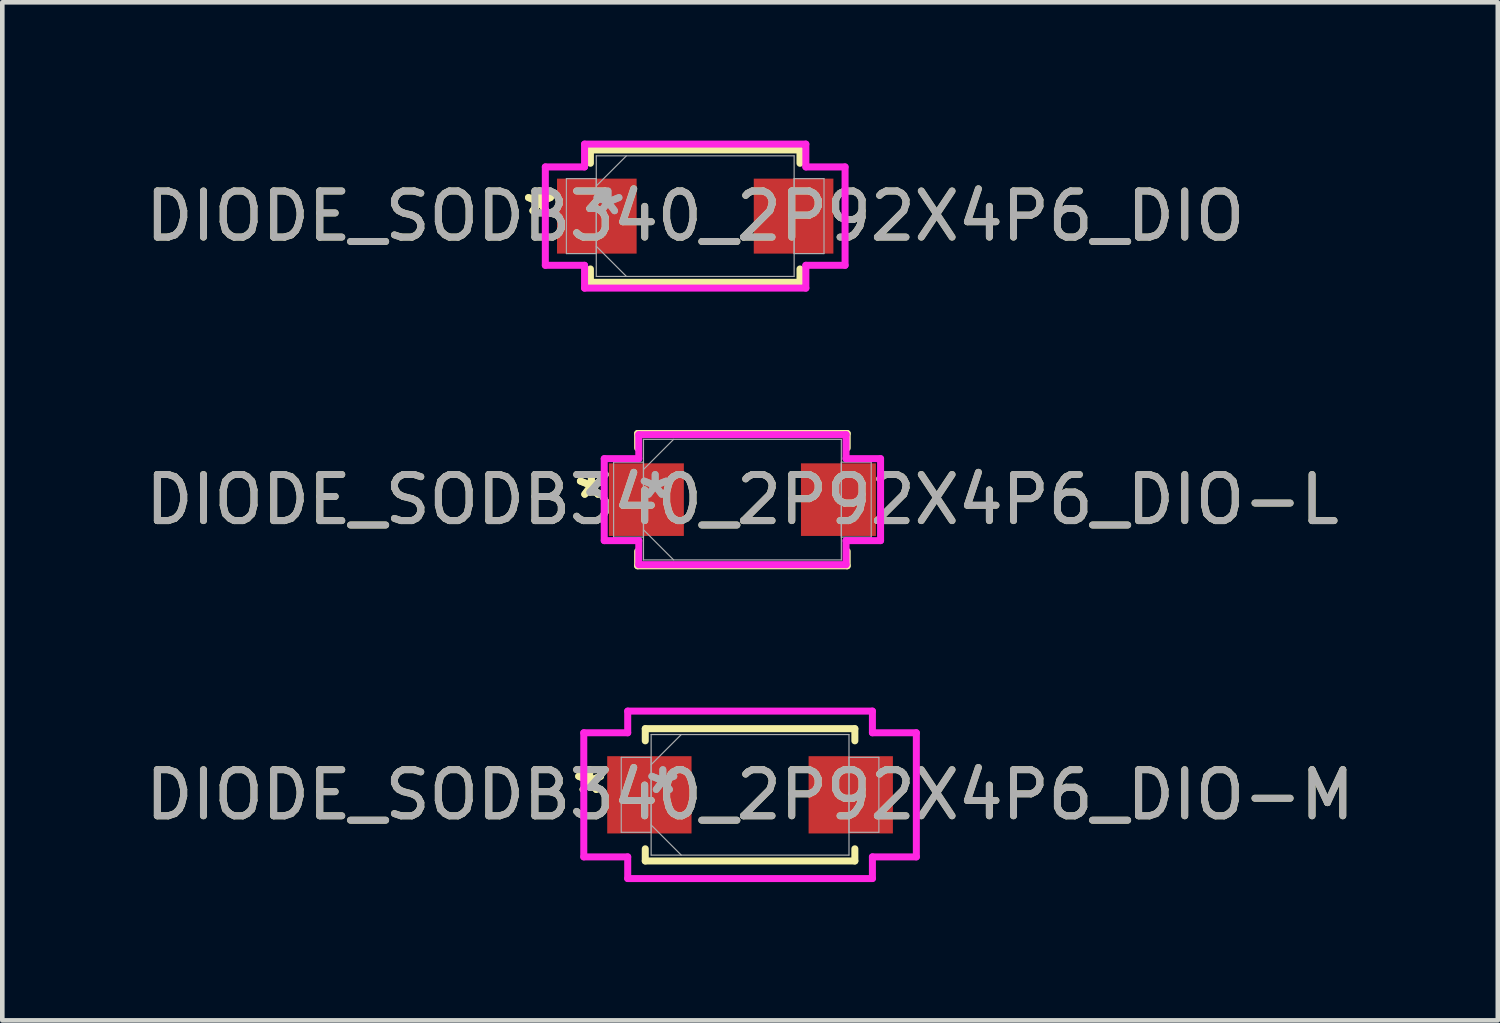
<source format=kicad_pcb>
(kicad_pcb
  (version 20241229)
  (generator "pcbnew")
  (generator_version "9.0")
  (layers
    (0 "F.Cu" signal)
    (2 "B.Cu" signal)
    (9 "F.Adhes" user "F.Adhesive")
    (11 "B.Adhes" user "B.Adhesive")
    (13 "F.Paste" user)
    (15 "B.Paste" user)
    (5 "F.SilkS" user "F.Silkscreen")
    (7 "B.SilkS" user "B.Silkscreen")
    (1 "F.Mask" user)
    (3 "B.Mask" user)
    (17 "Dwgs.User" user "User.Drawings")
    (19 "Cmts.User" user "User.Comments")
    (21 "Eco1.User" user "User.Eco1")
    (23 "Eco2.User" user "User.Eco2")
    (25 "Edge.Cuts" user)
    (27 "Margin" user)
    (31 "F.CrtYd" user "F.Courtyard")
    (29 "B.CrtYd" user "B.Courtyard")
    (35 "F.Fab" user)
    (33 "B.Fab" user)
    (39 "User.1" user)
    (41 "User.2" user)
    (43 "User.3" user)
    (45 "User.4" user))
  (footprint "DIODE_SODB340_2P92X4P6_DIO-L"
    (layer "F.Cu")
    (at 13.054 7.788)
    (property "Reference" "DIODE_SODB340_2P92X4P6_DIO-L" (at 0 0 0) (unlocked yes) (layer "F.SilkS") (effects (font (size 1 1) (thickness 0.15))))
    (attr smd)
    (fp_line (start -2.273 -1.435) (end -2.273 -1.12) (stroke (width 0.152) (type solid)) (layer "F.SilkS"))
    (fp_line (start -2.273 1.12) (end -2.273 1.435) (stroke (width 0.152) (type solid)) (layer "F.SilkS"))
    (fp_line (start -2.273 1.435) (end 2.273 1.435) (stroke (width 0.152) (type solid)) (layer "F.SilkS"))
    (fp_line (start 2.273 -1.435) (end -2.273 -1.435) (stroke (width 0.152) (type solid)) (layer "F.SilkS"))
    (fp_line (start 2.273 -1.12) (end 2.273 -1.435) (stroke (width 0.152) (type solid)) (layer "F.SilkS"))
    (fp_line (start 2.273 1.435) (end 2.273 1.12) (stroke (width 0.152) (type solid)) (layer "F.SilkS"))
    (fp_line (start -2.997 -0.889) (end -2.248 -0.889) (stroke (width 0.152) (type solid)) (layer "F.CrtYd"))
    (fp_line (start -2.997 0.889) (end -2.997 -0.889) (stroke (width 0.152) (type solid)) (layer "F.CrtYd"))
    (fp_line (start -2.248 -1.41) (end 2.248 -1.41) (stroke (width 0.152) (type solid)) (layer "F.CrtYd"))
    (fp_line (start -2.248 -0.889) (end -2.248 -1.41) (stroke (width 0.152) (type solid)) (layer "F.CrtYd"))
    (fp_line (start -2.248 0.889) (end -2.997 0.889) (stroke (width 0.152) (type solid)) (layer "F.CrtYd"))
    (fp_line (start -2.248 1.41) (end -2.248 0.889) (stroke (width 0.152) (type solid)) (layer "F.CrtYd"))
    (fp_line (start 2.248 -1.41) (end 2.248 -0.889) (stroke (width 0.152) (type solid)) (layer "F.CrtYd"))
    (fp_line (start 2.248 -0.889) (end 2.997 -0.889) (stroke (width 0.152) (type solid)) (layer "F.CrtYd"))
    (fp_line (start 2.248 0.889) (end 2.248 1.41) (stroke (width 0.152) (type solid)) (layer "F.CrtYd"))
    (fp_line (start 2.248 1.41) (end -2.248 1.41) (stroke (width 0.152) (type solid)) (layer "F.CrtYd"))
    (fp_line (start 2.997 -0.889) (end 2.997 0.889) (stroke (width 0.152) (type solid)) (layer "F.CrtYd"))
    (fp_line (start 2.997 0.889) (end 2.248 0.889) (stroke (width 0.152) (type solid)) (layer "F.CrtYd"))
    (fp_line (start -2.794 -0.813) (end -2.794 0.813) (stroke (width 0.025) (type solid)) (layer "F.Fab"))
    (fp_line (start -2.794 0.813) (end -2.146 0.813) (stroke (width 0.025) (type solid)) (layer "F.Fab"))
    (fp_line (start -2.146 -1.308) (end -2.146 1.308) (stroke (width 0.025) (type solid)) (layer "F.Fab"))
    (fp_line (start -2.146 -0.813) (end -2.794 -0.813) (stroke (width 0.025) (type solid)) (layer "F.Fab"))
    (fp_line (start -2.146 -0.654) (end -1.492 -1.308) (stroke (width 0.025) (type solid)) (layer "F.Fab"))
    (fp_line (start -2.146 0.654) (end -1.492 1.308) (stroke (width 0.025) (type solid)) (layer "F.Fab"))
    (fp_line (start -2.146 0.813) (end -2.146 -0.813) (stroke (width 0.025) (type solid)) (layer "F.Fab"))
    (fp_line (start -2.146 1.308) (end 2.146 1.308) (stroke (width 0.025) (type solid)) (layer "F.Fab"))
    (fp_line (start 2.146 -1.308) (end -2.146 -1.308) (stroke (width 0.025) (type solid)) (layer "F.Fab"))
    (fp_line (start 2.146 -0.813) (end 2.146 0.813) (stroke (width 0.025) (type solid)) (layer "F.Fab"))
    (fp_line (start 2.146 0.813) (end 2.794 0.813) (stroke (width 0.025) (type solid)) (layer "F.Fab"))
    (fp_line (start 2.146 1.308) (end 2.146 -1.308) (stroke (width 0.025) (type solid)) (layer "F.Fab"))
    (fp_line (start 2.794 -0.813) (end 2.146 -0.813) (stroke (width 0.025) (type solid)) (layer "F.Fab"))
    (fp_line (start 2.794 0.813) (end 2.794 -0.813) (stroke (width 0.025) (type solid)) (layer "F.Fab"))
    (fp_text user "*" (at -3.277 0 0) (layer "F.SilkS") (effects (font (size 1 1) (thickness 0.15))))
    (fp_text user "*" (at -3.277 0 0) (unlocked yes) (layer "F.SilkS") (effects (font (size 1 1) (thickness 0.15))))
    (fp_text user "${REFERENCE}" (at 0 0 0) (unlocked yes) (layer "F.Fab") (effects (font (size 1 1) (thickness 0.15))))
    (fp_text user "*" (at -1.892 0 0) (unlocked yes) (layer "F.Fab") (effects (font (size 1 1) (thickness 0.15))))
    (fp_text user "*" (at -1.892 0 0) (layer "F.Fab") (effects (font (size 1 1) (thickness 0.15))))
    (pad "1" smd rect (at -2.083 0) (size 1.626 1.575) (layers "F.Cu" "F.Mask" "F.Paste"))
    (pad "2" smd rect (at 2.083 0) (size 1.626 1.575) (layers "F.Cu" "F.Mask" "F.Paste"))
    (zone (net_name "") (layer "F.Cu") (hatch full 0.508) (connect_pads) (min_thickness 0.254) (filled_areas_thickness no) (keepout (tracks not_allowed) (vias not_allowed) (pads allowed) (copperpour not_allowed) (footprints allowed)) (placement (enabled no)) (fill) (polygon (pts (xy 11.834 6.531) (xy 14.273 6.531) (xy 14.273 9.045) (xy 11.834 9.045)))))
  (footprint "DIODE_SODB340_2P92X4P6_DIO-M"
    (layer "F.Cu")
    (at 13.22 14.191)
    (property "Reference" "DIODE_SODB340_2P92X4P6_DIO-M" (at 0 0 0) (unlocked yes) (layer "F.SilkS") (effects (font (size 1 1) (thickness 0.15))))
    (attr smd)
    (fp_line (start -2.273 -1.435) (end -2.273 -1.171) (stroke (width 0.152) (type solid)) (layer "F.SilkS"))
    (fp_line (start -2.273 1.171) (end -2.273 1.435) (stroke (width 0.152) (type solid)) (layer "F.SilkS"))
    (fp_line (start -2.273 1.435) (end 2.273 1.435) (stroke (width 0.152) (type solid)) (layer "F.SilkS"))
    (fp_line (start 2.273 -1.435) (end -2.273 -1.435) (stroke (width 0.152) (type solid)) (layer "F.SilkS"))
    (fp_line (start 2.273 -1.171) (end 2.273 -1.435) (stroke (width 0.152) (type solid)) (layer "F.SilkS"))
    (fp_line (start 2.273 1.435) (end 2.273 1.171) (stroke (width 0.152) (type solid)) (layer "F.SilkS"))
    (fp_line (start -3.607 -1.346) (end -2.654 -1.346) (stroke (width 0.152) (type solid)) (layer "F.CrtYd"))
    (fp_line (start -3.607 1.346) (end -3.607 -1.346) (stroke (width 0.152) (type solid)) (layer "F.CrtYd"))
    (fp_line (start -2.654 -1.816) (end 2.654 -1.816) (stroke (width 0.152) (type solid)) (layer "F.CrtYd"))
    (fp_line (start -2.654 -1.346) (end -2.654 -1.816) (stroke (width 0.152) (type solid)) (layer "F.CrtYd"))
    (fp_line (start -2.654 1.346) (end -3.607 1.346) (stroke (width 0.152) (type solid)) (layer "F.CrtYd"))
    (fp_line (start -2.654 1.816) (end -2.654 1.346) (stroke (width 0.152) (type solid)) (layer "F.CrtYd"))
    (fp_line (start 2.654 -1.816) (end 2.654 -1.346) (stroke (width 0.152) (type solid)) (layer "F.CrtYd"))
    (fp_line (start 2.654 -1.346) (end 3.607 -1.346) (stroke (width 0.152) (type solid)) (layer "F.CrtYd"))
    (fp_line (start 2.654 1.346) (end 2.654 1.816) (stroke (width 0.152) (type solid)) (layer "F.CrtYd"))
    (fp_line (start 2.654 1.816) (end -2.654 1.816) (stroke (width 0.152) (type solid)) (layer "F.CrtYd"))
    (fp_line (start 3.607 -1.346) (end 3.607 1.346) (stroke (width 0.152) (type solid)) (layer "F.CrtYd"))
    (fp_line (start 3.607 1.346) (end 2.654 1.346) (stroke (width 0.152) (type solid)) (layer "F.CrtYd"))
    (fp_line (start -2.794 -0.813) (end -2.794 0.813) (stroke (width 0.025) (type solid)) (layer "F.Fab"))
    (fp_line (start -2.794 0.813) (end -2.146 0.813) (stroke (width 0.025) (type solid)) (layer "F.Fab"))
    (fp_line (start -2.146 -1.308) (end -2.146 1.308) (stroke (width 0.025) (type solid)) (layer "F.Fab"))
    (fp_line (start -2.146 -0.813) (end -2.794 -0.813) (stroke (width 0.025) (type solid)) (layer "F.Fab"))
    (fp_line (start -2.146 -0.654) (end -1.492 -1.308) (stroke (width 0.025) (type solid)) (layer "F.Fab"))
    (fp_line (start -2.146 0.654) (end -1.492 1.308) (stroke (width 0.025) (type solid)) (layer "F.Fab"))
    (fp_line (start -2.146 0.813) (end -2.146 -0.813) (stroke (width 0.025) (type solid)) (layer "F.Fab"))
    (fp_line (start -2.146 1.308) (end 2.146 1.308) (stroke (width 0.025) (type solid)) (layer "F.Fab"))
    (fp_line (start 2.146 -1.308) (end -2.146 -1.308) (stroke (width 0.025) (type solid)) (layer "F.Fab"))
    (fp_line (start 2.146 -0.813) (end 2.146 0.813) (stroke (width 0.025) (type solid)) (layer "F.Fab"))
    (fp_line (start 2.146 0.813) (end 2.794 0.813) (stroke (width 0.025) (type solid)) (layer "F.Fab"))
    (fp_line (start 2.146 1.308) (end 2.146 -1.308) (stroke (width 0.025) (type solid)) (layer "F.Fab"))
    (fp_line (start 2.794 -0.813) (end 2.146 -0.813) (stroke (width 0.025) (type solid)) (layer "F.Fab"))
    (fp_line (start 2.794 0.813) (end 2.794 -0.813) (stroke (width 0.025) (type solid)) (layer "F.Fab"))
    (fp_text user "*" (at -3.48 0 0) (unlocked yes) (layer "F.SilkS") (effects (font (size 1 1) (thickness 0.15))))
    (fp_text user "*" (at -3.48 0 0) (layer "F.SilkS") (effects (font (size 1 1) (thickness 0.15))))
    (fp_text user "*" (at -1.892 0 0) (unlocked yes) (layer "F.Fab") (effects (font (size 1 1) (thickness 0.15))))
    (fp_text user "*" (at -1.892 0 0) (layer "F.Fab") (effects (font (size 1 1) (thickness 0.15))))
    (fp_text user "${REFERENCE}" (at 0 0 0) (unlocked yes) (layer "F.Fab") (effects (font (size 1 1) (thickness 0.15))))
    (pad "1" smd rect (at -2.184 0) (size 1.829 1.676) (layers "F.Cu" "F.Mask" "F.Paste"))
    (pad "2" smd rect (at 2.184 0) (size 1.829 1.676) (layers "F.Cu" "F.Mask" "F.Paste"))
    (zone (net_name "") (layer "F.Cu") (hatch full 0.508) (connect_pads) (min_thickness 0.254) (filled_areas_thickness no) (keepout (tracks not_allowed) (vias not_allowed) (pads allowed) (copperpour not_allowed) (footprints allowed)) (placement (enabled no)) (fill) (polygon (pts (xy 12.001 12.934) (xy 14.439 12.934) (xy 14.439 15.449) (xy 12.001 15.449)))))
  (footprint "DIODE_SODB340_2P92X4P6_DIO"
    (layer "F.Cu")
    (at 12.03 1.638)
    (property "Reference" "DIODE_SODB340_2P92X4P6_DIO" (at 0 0 0) (unlocked yes) (layer "F.SilkS") (effects (font (size 1 1) (thickness 0.15))))
    (attr smd)
    (fp_line (start -2.273 -1.435) (end -2.273 -1.146) (stroke (width 0.152) (type solid)) (layer "F.SilkS"))
    (fp_line (start -2.273 1.146) (end -2.273 1.435) (stroke (width 0.152) (type solid)) (layer "F.SilkS"))
    (fp_line (start -2.273 1.435) (end 2.273 1.435) (stroke (width 0.152) (type solid)) (layer "F.SilkS"))
    (fp_line (start 2.273 -1.435) (end -2.273 -1.435) (stroke (width 0.152) (type solid)) (layer "F.SilkS"))
    (fp_line (start 2.273 -1.146) (end 2.273 -1.435) (stroke (width 0.152) (type solid)) (layer "F.SilkS"))
    (fp_line (start 2.273 1.435) (end 2.273 1.146) (stroke (width 0.152) (type solid)) (layer "F.SilkS"))
    (fp_line (start -3.251 -1.067) (end -2.4 -1.067) (stroke (width 0.152) (type solid)) (layer "F.CrtYd"))
    (fp_line (start -3.251 1.067) (end -3.251 -1.067) (stroke (width 0.152) (type solid)) (layer "F.CrtYd"))
    (fp_line (start -2.4 -1.562) (end 2.4 -1.562) (stroke (width 0.152) (type solid)) (layer "F.CrtYd"))
    (fp_line (start -2.4 -1.067) (end -2.4 -1.562) (stroke (width 0.152) (type solid)) (layer "F.CrtYd"))
    (fp_line (start -2.4 1.067) (end -3.251 1.067) (stroke (width 0.152) (type solid)) (layer "F.CrtYd"))
    (fp_line (start -2.4 1.562) (end -2.4 1.067) (stroke (width 0.152) (type solid)) (layer "F.CrtYd"))
    (fp_line (start 2.4 -1.562) (end 2.4 -1.067) (stroke (width 0.152) (type solid)) (layer "F.CrtYd"))
    (fp_line (start 2.4 -1.067) (end 3.251 -1.067) (stroke (width 0.152) (type solid)) (layer "F.CrtYd"))
    (fp_line (start 2.4 1.067) (end 2.4 1.562) (stroke (width 0.152) (type solid)) (layer "F.CrtYd"))
    (fp_line (start 2.4 1.562) (end -2.4 1.562) (stroke (width 0.152) (type solid)) (layer "F.CrtYd"))
    (fp_line (start 3.251 -1.067) (end 3.251 1.067) (stroke (width 0.152) (type solid)) (layer "F.CrtYd"))
    (fp_line (start 3.251 1.067) (end 2.4 1.067) (stroke (width 0.152) (type solid)) (layer "F.CrtYd"))
    (fp_line (start -2.794 -0.813) (end -2.794 0.813) (stroke (width 0.025) (type solid)) (layer "F.Fab"))
    (fp_line (start -2.794 0.813) (end -2.146 0.813) (stroke (width 0.025) (type solid)) (layer "F.Fab"))
    (fp_line (start -2.146 -1.308) (end -2.146 1.308) (stroke (width 0.025) (type solid)) (layer "F.Fab"))
    (fp_line (start -2.146 -0.813) (end -2.794 -0.813) (stroke (width 0.025) (type solid)) (layer "F.Fab"))
    (fp_line (start -2.146 -0.654) (end -1.492 -1.308) (stroke (width 0.025) (type solid)) (layer "F.Fab"))
    (fp_line (start -2.146 0.654) (end -1.492 1.308) (stroke (width 0.025) (type solid)) (layer "F.Fab"))
    (fp_line (start -2.146 0.813) (end -2.146 -0.813) (stroke (width 0.025) (type solid)) (layer "F.Fab"))
    (fp_line (start -2.146 1.308) (end 2.146 1.308) (stroke (width 0.025) (type solid)) (layer "F.Fab"))
    (fp_line (start 2.146 -1.308) (end -2.146 -1.308) (stroke (width 0.025) (type solid)) (layer "F.Fab"))
    (fp_line (start 2.146 -0.813) (end 2.146 0.813) (stroke (width 0.025) (type solid)) (layer "F.Fab"))
    (fp_line (start 2.146 0.813) (end 2.794 0.813) (stroke (width 0.025) (type solid)) (layer "F.Fab"))
    (fp_line (start 2.146 1.308) (end 2.146 -1.308) (stroke (width 0.025) (type solid)) (layer "F.Fab"))
    (fp_line (start 2.794 -0.813) (end 2.146 -0.813) (stroke (width 0.025) (type solid)) (layer "F.Fab"))
    (fp_line (start 2.794 0.813) (end 2.794 -0.813) (stroke (width 0.025) (type solid)) (layer "F.Fab"))
    (fp_text user "*" (at -3.378 0 0) (unlocked yes) (layer "F.SilkS") (effects (font (size 1 1) (thickness 0.15))))
    (fp_text user "*" (at -3.378 0 0) (layer "F.SilkS") (effects (font (size 1 1) (thickness 0.15))))
    (fp_text user "*" (at -1.892 0 0) (layer "F.Fab") (effects (font (size 1 1) (thickness 0.15))))
    (fp_text user "*" (at -1.892 0 0) (unlocked yes) (layer "F.Fab") (effects (font (size 1 1) (thickness 0.15))))
    (fp_text user "${REFERENCE}" (at 0 0 0) (unlocked yes) (layer "F.Fab") (effects (font (size 1 1) (thickness 0.15))))
    (pad "1" smd rect (at -2.134 0) (size 1.727 1.626) (layers "F.Cu" "F.Mask" "F.Paste"))
    (pad "2" smd rect (at 2.134 0) (size 1.727 1.626) (layers "F.Cu" "F.Mask" "F.Paste"))
    (zone (net_name "") (layer "F.Cu") (hatch full 0.508) (connect_pads) (min_thickness 0.254) (filled_areas_thickness no) (keepout (tracks not_allowed) (vias not_allowed) (pads allowed) (copperpour not_allowed) (footprints allowed)) (placement (enabled no)) (fill) (polygon (pts (xy 10.811 0.381) (xy 13.249 0.381) (xy 13.249 2.896) (xy 10.811 2.896)))))
  (gr_rect
    (start -3 -3)
    (end 29.44 19.084)
    (stroke (width 0.1) (type default))
    (fill no)
    (layer "Edge.Cuts")))
</source>
